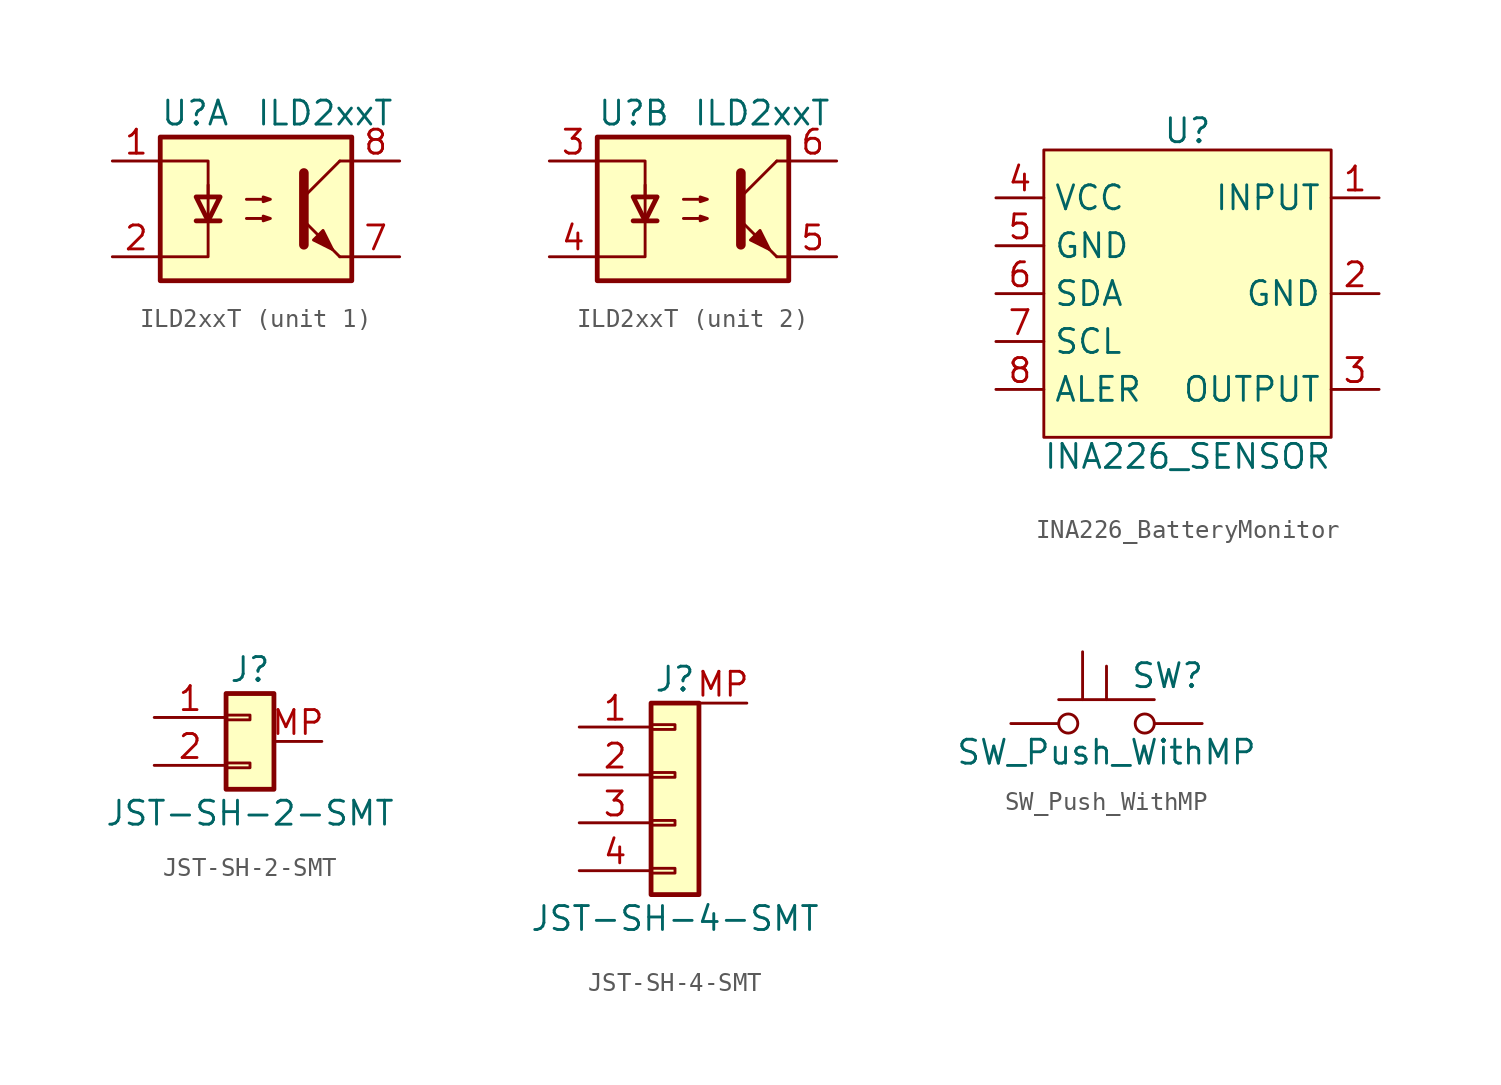
<source format=kicad_sym>
(kicad_symbol_lib
  (version 20241209)
  (generator "kicad_symbol_editor")
  (generator_version "9.0")
  (symbol "ILD2xxT"
    (pin_names
      (offset 1.016))
    (property "Reference" "U"
      (at -5.08 5.08 0)
      (effects (font (size 1.27 1.27)) (justify left)))
    (property "Value" "ILD2xxT"
      (at 0 5.08 0)
      (effects (font (size 1.27 1.27)) (justify left)))
    (symbol "ILD2xxT_0_1"
      (rectangle (start -5.08 3.81) (end 5.08 -3.81) (stroke (width 0.254) (type default)) (fill (type background)))
      (polyline (pts (xy -5.08 2.54) (xy -2.54 2.54) (xy -2.54 0.635)) (stroke (width 0) (type default)) (fill (type none)))
      (polyline (pts (xy -3.175 -0.635) (xy -1.905 -0.635)) (stroke (width 0.254) (type default)) (fill (type none)))
      (polyline (pts (xy -2.54 -0.635) (xy -3.175 0.635) (xy -1.905 0.635) (xy -2.54 -0.635)) (stroke (width 0.254) (type default)) (fill (type none)))
      (polyline (pts (xy -2.54 -0.635) (xy -2.54 1.27) (xy -2.54 -2.54) (xy -5.08 -2.54)) (stroke (width 0) (type default)) (fill (type none)))
      (polyline (pts (xy -0.508 0.508) (xy 0.762 0.508) (xy 0.381 0.381) (xy 0.381 0.635) (xy 0.762 0.508)) (stroke (width 0) (type default)) (fill (type none)))
      (polyline (pts (xy -0.508 -0.508) (xy 0.762 -0.508) (xy 0.381 -0.635) (xy 0.381 -0.381) (xy 0.762 -0.508)) (stroke (width 0) (type default)) (fill (type none)))
      (polyline (pts (xy 2.54 1.905) (xy 2.54 -1.905) (xy 2.54 -1.905)) (stroke (width 0.508) (type default)) (fill (type none)))
      (polyline (pts (xy 2.54 0.635) (xy 4.445 2.54)) (stroke (width 0) (type default)) (fill (type none)))
      (polyline (pts (xy 3.048 -1.651) (xy 3.556 -1.143) (xy 4.064 -2.159) (xy 3.048 -1.651) (xy 3.048 -1.651)) (stroke (width 0) (type default)) (fill (type outline)))
      (polyline (pts (xy 4.445 2.54) (xy 5.08 2.54)) (stroke (width 0) (type default)) (fill (type none)))
      (polyline (pts (xy 4.445 -2.54) (xy 2.54 -0.635)) (stroke (width 0) (type default)) (fill (type outline)))
      (polyline (pts (xy 4.445 -2.54) (xy 5.08 -2.54)) (stroke (width 0) (type default)) (fill (type none))))
    (symbol "ILD2xxT_1_1"
      (pin passive line (at -7.62 2.54 0) (length 2.54) (name "~" (effects (font (size 1.27 1.27)))) (number "1" (effects (font (size 1.27 1.27)))))
      (pin passive line (at -7.62 -2.54 0) (length 2.54) (name "~" (effects (font (size 1.27 1.27)))) (number "2" (effects (font (size 1.27 1.27)))))
      (pin passive line (at 7.62 2.54 180) (length 2.54) (name "~" (effects (font (size 1.27 1.27)))) (number "8" (effects (font (size 1.27 1.27)))))
      (pin passive line (at 7.62 -2.54 180) (length 2.54) (name "~" (effects (font (size 1.27 1.27)))) (number "7" (effects (font (size 1.27 1.27))))))
    (symbol "ILD2xxT_2_1"
      (pin passive line (at -7.62 2.54 0) (length 2.54) (name "~" (effects (font (size 1.27 1.27)))) (number "3" (effects (font (size 1.27 1.27)))))
      (pin passive line (at -7.62 -2.54 0) (length 2.54) (name "~" (effects (font (size 1.27 1.27)))) (number "4" (effects (font (size 1.27 1.27)))))
      (pin passive line (at 7.62 2.54 180) (length 2.54) (name "~" (effects (font (size 1.27 1.27)))) (number "6" (effects (font (size 1.27 1.27)))))
      (pin passive line (at 7.62 -2.54 180) (length 2.54) (name "~" (effects (font (size 1.27 1.27)))) (number "5" (effects (font (size 1.27 1.27)))))))
  (symbol "INA226_BatteryMonitor"
    (property "Reference" "U"
      (at 0 8.636 0)
      (effects (font (size 1.27 1.27))))
    (property "Value" "INA226_SENSOR"
      (at 0 -8.636 0)
      (effects (font (size 1.27 1.27))))
    (symbol "INA226_BatteryMonitor_0_1"
      (polyline (pts (xy -7.62 7.62) (xy -7.62 -7.62) (xy 7.62 -7.62) (xy 7.62 7.62) (xy -7.62 7.62)) (stroke (width 0) (type default)) (fill (type color) (color 255 255 194 1))))
    (symbol "INA226_BatteryMonitor_1_1"
      (pin input line (at -10.16 5.08 0) (length 2.54) (name "VCC" (effects (font (size 1.27 1.27)))) (number "4" (effects (font (size 1.27 1.27)))))
      (pin bidirectional line (at -10.16 2.54 0) (length 2.54) (name "GND" (effects (font (size 1.27 1.27)))) (number "5" (effects (font (size 1.27 1.27)))))
      (pin bidirectional line (at -10.16 0 0) (length 2.54) (name "SDA" (effects (font (size 1.27 1.27)))) (number "6" (effects (font (size 1.27 1.27)))))
      (pin bidirectional line (at -10.16 -2.54 0) (length 2.54) (name "SCL" (effects (font (size 1.27 1.27)))) (number "7" (effects (font (size 1.27 1.27)))))
      (pin bidirectional line (at -10.16 -5.08 0) (length 2.54) (name "ALER" (effects (font (size 1.27 1.27)))) (number "8" (effects (font (size 1.27 1.27)))))
      (pin input line (at 10.16 5.08 180) (length 2.54) (name "INPUT" (effects (font (size 1.27 1.27)))) (number "1" (effects (font (size 1.27 1.27)))))
      (pin bidirectional line (at 10.16 0 180) (length 2.54) (name "GND" (effects (font (size 1.27 1.27)))) (number "2" (effects (font (size 1.27 1.27)))))
      (pin output line (at 10.16 -5.08 180) (length 2.54) (name "OUTPUT" (effects (font (size 1.27 1.27)))) (number "3" (effects (font (size 1.27 1.27)))))))
  (symbol "JST-SH-2-SMT"
    (pin_names
      (offset 1.016)
      (hide yes))
    (property "Reference" "J"
      (at 0 2.54 0)
      (effects (font (size 1.27 1.27))))
    (property "Value" "JST-SH-2-SMT"
      (at 0 -5.08 0)
      (effects (font (size 1.27 1.27))))
    (symbol "JST-SH-2-SMT_1_1"
      (rectangle (start -1.27 1.27) (end 1.27 -3.81) (stroke (width 0.254) (type default)) (fill (type background)))
      (rectangle (start -1.27 0.127) (end 0 -0.127) (stroke (width 0.152) (type default)) (fill (type none)))
      (rectangle (start -1.27 -2.413) (end 0 -2.667) (stroke (width 0.152) (type default)) (fill (type none)))
      (pin passive line (at -5.08 0 0) (length 3.81) (name "Pin_1" (effects (font (size 1.27 1.27)))) (number "1" (effects (font (size 1.27 1.27)))))
      (pin passive line (at -5.08 -2.54 0) (length 3.81) (name "Pin_2" (effects (font (size 1.27 1.27)))) (number "2" (effects (font (size 1.27 1.27)))))
      (pin unspecified line (at 3.81 -1.27 180) (length 2.54) (name "MP" (effects (font (size 1.27 1.27)))) (number "MP" (effects (font (size 1.27 1.27)))))))
  (symbol "JST-SH-4-SMT"
    (pin_names
      (offset 1.016)
      (hide yes))
    (property "Reference" "J"
      (at 0 5.08 0)
      (effects (font (size 1.27 1.27))))
    (property "Value" "JST-SH-4-SMT"
      (at 0 -7.62 0)
      (effects (font (size 1.27 1.27))))
    (symbol "JST-SH-4-SMT_1_1"
      (rectangle (start -1.27 3.81) (end 1.27 -6.35) (stroke (width 0.254) (type default)) (fill (type background)))
      (rectangle (start -1.27 2.667) (end 0 2.413) (stroke (width 0.152) (type default)) (fill (type none)))
      (rectangle (start -1.27 0.127) (end 0 -0.127) (stroke (width 0.152) (type default)) (fill (type none)))
      (rectangle (start -1.27 -2.413) (end 0 -2.667) (stroke (width 0.152) (type default)) (fill (type none)))
      (rectangle (start -1.27 -4.953) (end 0 -5.207) (stroke (width 0.152) (type default)) (fill (type none)))
      (pin passive line (at -5.08 2.54 0) (length 3.81) (name "Pin_1" (effects (font (size 1.27 1.27)))) (number "1" (effects (font (size 1.27 1.27)))))
      (pin passive line (at -5.08 0 0) (length 3.81) (name "Pin_2" (effects (font (size 1.27 1.27)))) (number "2" (effects (font (size 1.27 1.27)))))
      (pin passive line (at -5.08 -2.54 0) (length 3.81) (name "Pin_3" (effects (font (size 1.27 1.27)))) (number "3" (effects (font (size 1.27 1.27)))))
      (pin passive line (at -5.08 -5.08 0) (length 3.81) (name "Pin_4" (effects (font (size 1.27 1.27)))) (number "4" (effects (font (size 1.27 1.27)))))
      (pin unspecified line (at 3.81 3.81 180) (length 2.54) (name "MP" (effects (font (size 1.27 1.27)))) (number "MP" (effects (font (size 1.27 1.27)))))))
  (symbol "SW_Push_WithMP"
    (pin_numbers
      (hide yes))
    (pin_names
      (offset 1.016)
      (hide yes))
    (property "Reference" "SW"
      (at 1.27 2.54 0)
      (effects (font (size 1.27 1.27)) (justify left)))
    (property "Value" "SW_Push_WithMP"
      (at 0 -1.524 0)
      (effects (font (size 1.27 1.27))))
    (symbol "SW_Push_WithMP_0_1"
      (circle (center -2.032 0) (radius 0.508) (stroke (width 0) (type default)) (fill (type none)))
      (polyline (pts (xy 0 1.27) (xy 0 3.048)) (stroke (width 0) (type default)) (fill (type none)))
      (circle (center 2.032 0) (radius 0.508) (stroke (width 0) (type default)) (fill (type none)))
      (polyline (pts (xy 2.54 1.27) (xy -2.54 1.27)) (stroke (width 0) (type default)) (fill (type none)))
      (pin passive line (at -5.08 0 0) (length 2.54) (name "1" (effects (font (size 1.27 1.27)))) (number "1" (effects (font (size 1.27 1.27)))))
      (pin passive line (at 5.08 0 180) (length 2.54) (name "2" (effects (font (size 1.27 1.27)))) (number "2" (effects (font (size 1.27 1.27))))))
    (symbol "SW_Push_WithMP_1_1"
      (pin unspecified line (at -1.27 3.81 270) (length 2.54) (name "MP" (effects (font (size 1.27 1.27)))) (number "MP" (effects (font (size 1.27 1.27))))))))
</source>
